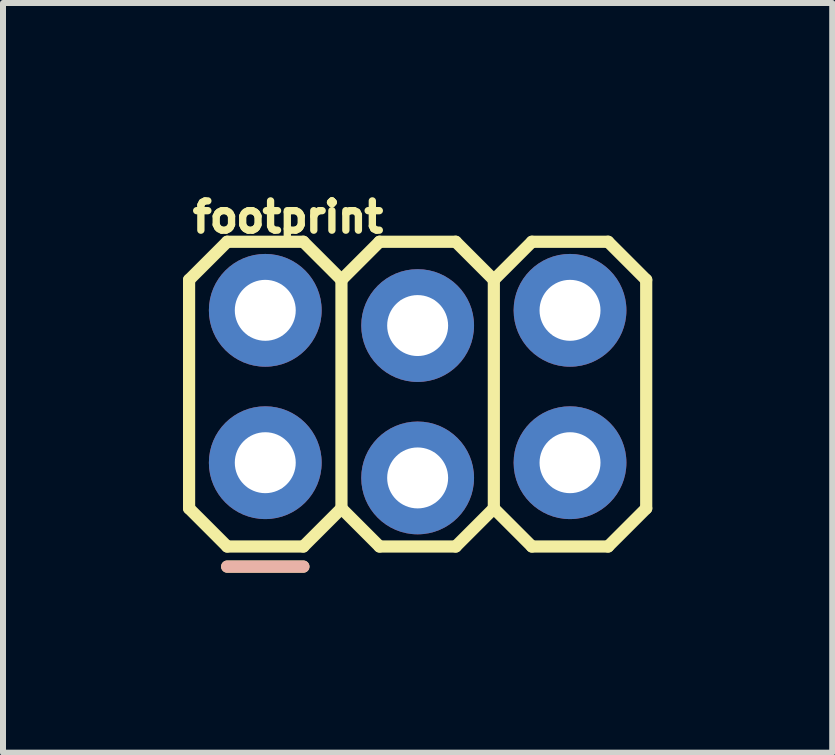
<source format=kicad_pcb>
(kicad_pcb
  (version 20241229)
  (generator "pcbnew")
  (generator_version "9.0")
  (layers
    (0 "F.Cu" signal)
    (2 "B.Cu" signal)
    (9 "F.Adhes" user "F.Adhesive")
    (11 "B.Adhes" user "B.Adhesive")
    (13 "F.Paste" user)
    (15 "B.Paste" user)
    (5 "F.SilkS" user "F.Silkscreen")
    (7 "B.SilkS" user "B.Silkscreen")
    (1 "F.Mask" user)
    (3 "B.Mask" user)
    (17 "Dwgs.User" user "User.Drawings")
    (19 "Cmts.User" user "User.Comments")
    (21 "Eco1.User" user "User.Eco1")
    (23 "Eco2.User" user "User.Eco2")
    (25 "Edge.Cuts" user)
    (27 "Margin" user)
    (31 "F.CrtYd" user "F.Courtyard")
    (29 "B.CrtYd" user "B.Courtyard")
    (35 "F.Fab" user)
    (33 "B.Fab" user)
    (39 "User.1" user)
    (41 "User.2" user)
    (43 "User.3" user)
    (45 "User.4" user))
  (footprint "footprint"
    (layer "F.Cu")
    (at 1.372 4.79)
    (property "Reference" "footprint" (at -1.27 -3.937 0) (layer "F.SilkS") (effects (font (size 0.488 0.488) (thickness 0.122)) (justify left bottom)))
    (fp_line (start -1.27 -3.175) (end -0.635 -3.81) (stroke (width 0.203) (type solid)) (layer "F.SilkS"))
    (fp_line (start -1.27 0.635) (end -1.27 -3.175) (stroke (width 0.203) (type solid)) (layer "F.SilkS"))
    (fp_line (start -1.27 0.635) (end -0.635 1.27) (stroke (width 0.203) (type solid)) (layer "F.SilkS"))
    (fp_line (start -0.635 -3.81) (end 0.635 -3.81) (stroke (width 0.203) (type solid)) (layer "F.SilkS"))
    (fp_line (start -0.635 1.27) (end 0.635 1.27) (stroke (width 0.203) (type solid)) (layer "F.SilkS"))
    (fp_line (start 0.635 -3.81) (end 1.27 -3.175) (stroke (width 0.203) (type solid)) (layer "F.SilkS"))
    (fp_line (start 0.635 1.27) (end 1.27 0.635) (stroke (width 0.203) (type solid)) (layer "F.SilkS"))
    (fp_line (start 0.635 1.605) (end -0.635 1.605) (stroke (width 0.203) (type solid)) (layer "F.SilkS"))
    (fp_line (start 1.27 -3.175) (end 1.27 0.635) (stroke (width 0.203) (type solid)) (layer "F.SilkS"))
    (fp_line (start 1.27 -3.175) (end 1.905 -3.81) (stroke (width 0.203) (type solid)) (layer "F.SilkS"))
    (fp_line (start 1.27 0.635) (end 1.905 1.27) (stroke (width 0.203) (type solid)) (layer "F.SilkS"))
    (fp_line (start 1.905 -3.81) (end 3.175 -3.81) (stroke (width 0.203) (type solid)) (layer "F.SilkS"))
    (fp_line (start 1.905 1.27) (end 3.175 1.27) (stroke (width 0.203) (type solid)) (layer "F.SilkS"))
    (fp_line (start 3.175 -3.81) (end 3.81 -3.175) (stroke (width 0.203) (type solid)) (layer "F.SilkS"))
    (fp_line (start 3.175 1.27) (end 3.81 0.635) (stroke (width 0.203) (type solid)) (layer "F.SilkS"))
    (fp_line (start 3.81 -3.175) (end 3.81 0.635) (stroke (width 0.203) (type solid)) (layer "F.SilkS"))
    (fp_line (start 3.81 -3.175) (end 4.445 -3.81) (stroke (width 0.203) (type solid)) (layer "F.SilkS"))
    (fp_line (start 3.81 0.635) (end 4.445 1.27) (stroke (width 0.203) (type solid)) (layer "F.SilkS"))
    (fp_line (start 4.445 -3.81) (end 5.715 -3.81) (stroke (width 0.203) (type solid)) (layer "F.SilkS"))
    (fp_line (start 4.445 1.27) (end 5.715 1.27) (stroke (width 0.203) (type solid)) (layer "F.SilkS"))
    (fp_line (start 5.715 -3.81) (end 6.35 -3.175) (stroke (width 0.203) (type solid)) (layer "F.SilkS"))
    (fp_line (start 5.715 1.27) (end 6.35 0.635) (stroke (width 0.203) (type solid)) (layer "F.SilkS"))
    (fp_line (start 6.35 -3.175) (end 6.35 0.635) (stroke (width 0.203) (type solid)) (layer "F.SilkS"))
    (fp_line (start -0.635 1.605) (end 0.635 1.605) (stroke (width 0.203) (type solid)) (layer "B.SilkS"))
    (fp_poly (pts (xy -0.254 -2.286) (xy 0.254 -2.286) (xy 0.254 -2.794) (xy -0.254 -2.794)) (stroke (width 0.1) (type solid)) (fill no) (layer "F.Fab"))
    (fp_poly (pts (xy -0.254 0.254) (xy 0.254 0.254) (xy 0.254 -0.254) (xy -0.254 -0.254)) (stroke (width 0.1) (type solid)) (fill no) (layer "F.Fab"))
    (fp_poly (pts (xy 2.286 -2.286) (xy 2.794 -2.286) (xy 2.794 -2.794) (xy 2.286 -2.794)) (stroke (width 0.1) (type solid)) (fill no) (layer "F.Fab"))
    (fp_poly (pts (xy 2.286 0.254) (xy 2.794 0.254) (xy 2.794 -0.254) (xy 2.286 -0.254)) (stroke (width 0.1) (type solid)) (fill no) (layer "F.Fab"))
    (fp_poly (pts (xy 4.826 -2.286) (xy 5.334 -2.286) (xy 5.334 -2.794) (xy 4.826 -2.794)) (stroke (width 0.1) (type solid)) (fill no) (layer "F.Fab"))
    (fp_poly (pts (xy 4.826 0.254) (xy 5.334 0.254) (xy 5.334 -0.254) (xy 4.826 -0.254)) (stroke (width 0.1) (type solid)) (fill no) (layer "F.Fab"))
    (pad "1" thru_hole circle (at 0 -0.127) (size 1.88 1.88) (drill 1.016) (layers "*.Cu" "*.Mask"))
    (pad "2" thru_hole circle (at 0 -2.667) (size 1.88 1.88) (drill 1.016) (layers "*.Cu" "*.Mask"))
    (pad "3" thru_hole circle (at 2.54 0.127) (size 1.88 1.88) (drill 1.016) (layers "*.Cu" "*.Mask"))
    (pad "4" thru_hole circle (at 2.54 -2.413 90) (size 1.88 1.88) (drill 1.016) (layers "*.Cu" "*.Mask"))
    (pad "5" thru_hole circle (at 5.08 -0.127) (size 1.88 1.88) (drill 1.016) (layers "*.Cu" "*.Mask"))
    (pad "6" thru_hole circle (at 5.08 -2.667) (size 1.88 1.88) (drill 1.016) (layers "*.Cu" "*.Mask")))
  (gr_rect
    (start -3 -3)
    (end 10.823 9.497)
    (stroke (width 0.1) (type default))
    (fill no)
    (layer "Edge.Cuts")))
</source>
